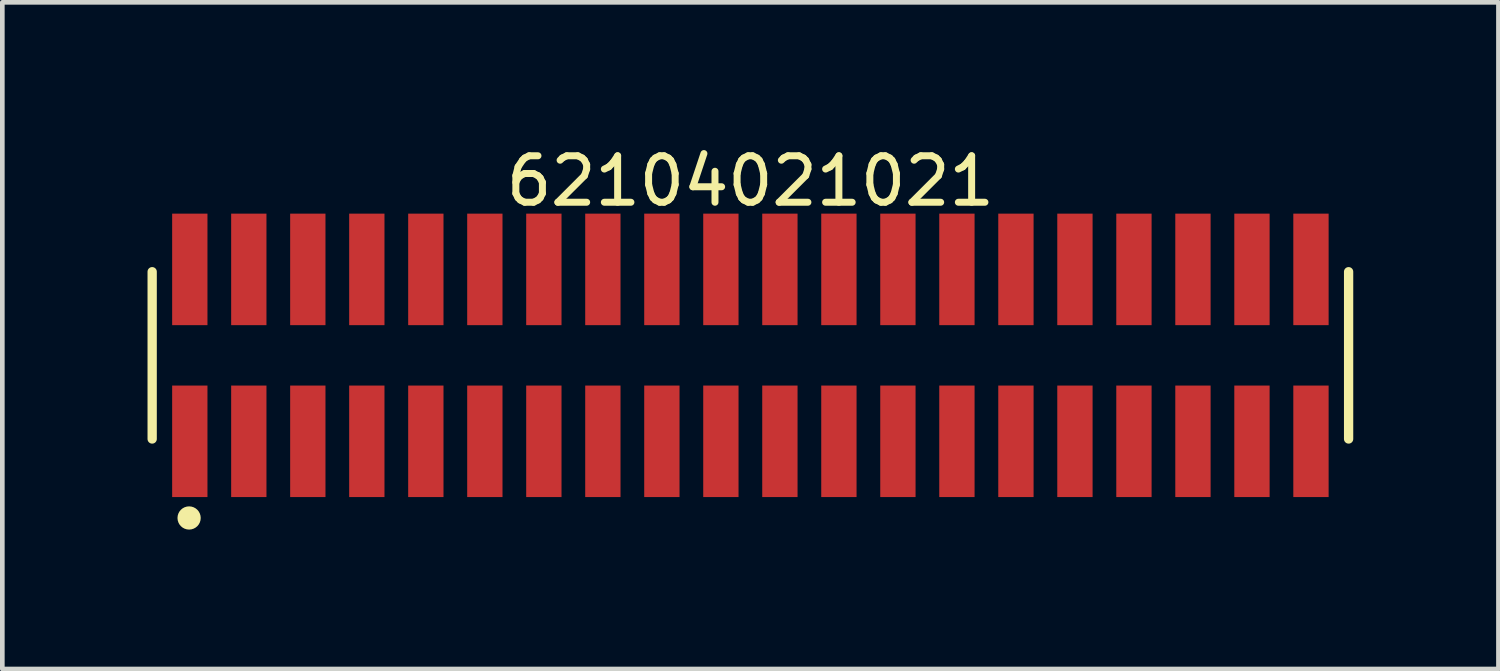
<source format=kicad_pcb>
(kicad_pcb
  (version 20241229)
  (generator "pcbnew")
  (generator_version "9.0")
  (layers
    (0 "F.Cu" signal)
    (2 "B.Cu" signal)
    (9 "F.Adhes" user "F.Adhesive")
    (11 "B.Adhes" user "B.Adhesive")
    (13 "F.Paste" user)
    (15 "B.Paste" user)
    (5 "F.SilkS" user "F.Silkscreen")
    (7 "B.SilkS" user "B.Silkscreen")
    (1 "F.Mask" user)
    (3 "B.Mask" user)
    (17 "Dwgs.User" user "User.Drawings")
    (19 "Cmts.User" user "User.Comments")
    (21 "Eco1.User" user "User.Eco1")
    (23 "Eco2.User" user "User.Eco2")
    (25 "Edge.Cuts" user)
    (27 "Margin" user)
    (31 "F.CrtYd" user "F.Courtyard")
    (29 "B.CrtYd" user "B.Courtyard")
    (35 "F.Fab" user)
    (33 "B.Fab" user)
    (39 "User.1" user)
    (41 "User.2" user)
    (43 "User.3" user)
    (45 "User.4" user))
  (footprint "62104021021"
    (layer "F.Cu")
    (at 13.1 4.598)
    (property "Reference" "62104021021" (at 0 -3.75 0) (layer "F.SilkS") (effects (font (size 1 1) (thickness 0.15))))
    (fp_line (start -12.875 1.8) (end -12.875 -1.8) (stroke (width 0.2) (type solid)) (layer "F.SilkS"))
    (fp_line (start 12.875 1.8) (end 12.875 -1.8) (stroke (width 0.2) (type solid)) (layer "F.SilkS"))
    (fp_circle (center -12.08 3.5) (end -12.08 3.375) (stroke (width 0.25) (type solid)) (fill no) (layer "F.SilkS"))
    (fp_line (start -13.075 -3.25) (end 13.075 -3.25) (stroke (width 0.05) (type solid)) (layer "Eco2.User"))
    (fp_line (start -13.075 3.25) (end -13.075 -3.25) (stroke (width 0.05) (type solid)) (layer "Eco2.User"))
    (fp_line (start -13.075 3.25) (end 13.075 3.25) (stroke (width 0.05) (type solid)) (layer "Eco2.User"))
    (fp_line (start -12.7 -1.7) (end 12.7 -1.7) (stroke (width 0.1) (type solid)) (layer "Eco2.User"))
    (fp_line (start -12.7 1.7) (end -12.7 -1.7) (stroke (width 0.1) (type solid)) (layer "Eco2.User"))
    (fp_line (start -12.7 1.7) (end 12.7 1.7) (stroke (width 0.1) (type solid)) (layer "Eco2.User"))
    (fp_line (start -12.265 -2.5) (end -11.865 -2.5) (stroke (width 0.1) (type solid)) (layer "Eco2.User"))
    (fp_line (start -12.265 -1.7) (end -12.265 -2.5) (stroke (width 0.1) (type solid)) (layer "Eco2.User"))
    (fp_line (start -12.265 2.5) (end -12.265 1.7) (stroke (width 0.1) (type solid)) (layer "Eco2.User"))
    (fp_line (start -12.265 2.5) (end -11.865 2.5) (stroke (width 0.1) (type solid)) (layer "Eco2.User"))
    (fp_line (start -11.865 -1.7) (end -11.865 -2.5) (stroke (width 0.1) (type solid)) (layer "Eco2.User"))
    (fp_line (start -11.865 2.5) (end -11.865 1.7) (stroke (width 0.1) (type solid)) (layer "Eco2.User"))
    (fp_line (start -10.995 -2.5) (end -10.595 -2.5) (stroke (width 0.1) (type solid)) (layer "Eco2.User"))
    (fp_line (start -10.995 -1.7) (end -10.995 -2.5) (stroke (width 0.1) (type solid)) (layer "Eco2.User"))
    (fp_line (start -10.995 2.5) (end -10.995 1.7) (stroke (width 0.1) (type solid)) (layer "Eco2.User"))
    (fp_line (start -10.995 2.5) (end -10.595 2.5) (stroke (width 0.1) (type solid)) (layer "Eco2.User"))
    (fp_line (start -10.595 -1.7) (end -10.595 -2.5) (stroke (width 0.1) (type solid)) (layer "Eco2.User"))
    (fp_line (start -10.595 2.5) (end -10.595 1.7) (stroke (width 0.1) (type solid)) (layer "Eco2.User"))
    (fp_line (start -9.725 -2.5) (end -9.325 -2.5) (stroke (width 0.1) (type solid)) (layer "Eco2.User"))
    (fp_line (start -9.725 -1.7) (end -9.725 -2.5) (stroke (width 0.1) (type solid)) (layer "Eco2.User"))
    (fp_line (start -9.725 2.5) (end -9.725 1.7) (stroke (width 0.1) (type solid)) (layer "Eco2.User"))
    (fp_line (start -9.725 2.5) (end -9.325 2.5) (stroke (width 0.1) (type solid)) (layer "Eco2.User"))
    (fp_line (start -9.325 -1.7) (end -9.325 -2.5) (stroke (width 0.1) (type solid)) (layer "Eco2.User"))
    (fp_line (start -9.325 2.5) (end -9.325 1.7) (stroke (width 0.1) (type solid)) (layer "Eco2.User"))
    (fp_line (start -8.455 -2.5) (end -8.055 -2.5) (stroke (width 0.1) (type solid)) (layer "Eco2.User"))
    (fp_line (start -8.455 -1.7) (end -8.455 -2.5) (stroke (width 0.1) (type solid)) (layer "Eco2.User"))
    (fp_line (start -8.455 2.5) (end -8.455 1.7) (stroke (width 0.1) (type solid)) (layer "Eco2.User"))
    (fp_line (start -8.455 2.5) (end -8.055 2.5) (stroke (width 0.1) (type solid)) (layer "Eco2.User"))
    (fp_line (start -8.055 -1.7) (end -8.055 -2.5) (stroke (width 0.1) (type solid)) (layer "Eco2.User"))
    (fp_line (start -8.055 2.5) (end -8.055 1.7) (stroke (width 0.1) (type solid)) (layer "Eco2.User"))
    (fp_line (start -7.185 -2.5) (end -6.785 -2.5) (stroke (width 0.1) (type solid)) (layer "Eco2.User"))
    (fp_line (start -7.185 -1.7) (end -7.185 -2.5) (stroke (width 0.1) (type solid)) (layer "Eco2.User"))
    (fp_line (start -7.185 2.5) (end -7.185 1.7) (stroke (width 0.1) (type solid)) (layer "Eco2.User"))
    (fp_line (start -7.185 2.5) (end -6.785 2.5) (stroke (width 0.1) (type solid)) (layer "Eco2.User"))
    (fp_line (start -6.785 -1.7) (end -6.785 -2.5) (stroke (width 0.1) (type solid)) (layer "Eco2.User"))
    (fp_line (start -6.785 2.5) (end -6.785 1.7) (stroke (width 0.1) (type solid)) (layer "Eco2.User"))
    (fp_line (start -5.915 -2.5) (end -5.515 -2.5) (stroke (width 0.1) (type solid)) (layer "Eco2.User"))
    (fp_line (start -5.915 -1.7) (end -5.915 -2.5) (stroke (width 0.1) (type solid)) (layer "Eco2.User"))
    (fp_line (start -5.915 2.5) (end -5.915 1.7) (stroke (width 0.1) (type solid)) (layer "Eco2.User"))
    (fp_line (start -5.915 2.5) (end -5.515 2.5) (stroke (width 0.1) (type solid)) (layer "Eco2.User"))
    (fp_line (start -5.515 -1.7) (end -5.515 -2.5) (stroke (width 0.1) (type solid)) (layer "Eco2.User"))
    (fp_line (start -5.515 2.5) (end -5.515 1.7) (stroke (width 0.1) (type solid)) (layer "Eco2.User"))
    (fp_line (start -4.645 -2.5) (end -4.245 -2.5) (stroke (width 0.1) (type solid)) (layer "Eco2.User"))
    (fp_line (start -4.645 -1.7) (end -4.645 -2.5) (stroke (width 0.1) (type solid)) (layer "Eco2.User"))
    (fp_line (start -4.645 2.5) (end -4.645 1.7) (stroke (width 0.1) (type solid)) (layer "Eco2.User"))
    (fp_line (start -4.645 2.5) (end -4.245 2.5) (stroke (width 0.1) (type solid)) (layer "Eco2.User"))
    (fp_line (start -4.245 -1.7) (end -4.245 -2.5) (stroke (width 0.1) (type solid)) (layer "Eco2.User"))
    (fp_line (start -4.245 2.5) (end -4.245 1.7) (stroke (width 0.1) (type solid)) (layer "Eco2.User"))
    (fp_line (start -3.375 -2.5) (end -2.975 -2.5) (stroke (width 0.1) (type solid)) (layer "Eco2.User"))
    (fp_line (start -3.375 -1.7) (end -3.375 -2.5) (stroke (width 0.1) (type solid)) (layer "Eco2.User"))
    (fp_line (start -3.375 2.5) (end -3.375 1.7) (stroke (width 0.1) (type solid)) (layer "Eco2.User"))
    (fp_line (start -3.375 2.5) (end -2.975 2.5) (stroke (width 0.1) (type solid)) (layer "Eco2.User"))
    (fp_line (start -2.975 -1.7) (end -2.975 -2.5) (stroke (width 0.1) (type solid)) (layer "Eco2.User"))
    (fp_line (start -2.975 2.5) (end -2.975 1.7) (stroke (width 0.1) (type solid)) (layer "Eco2.User"))
    (fp_line (start -2.105 -2.5) (end -1.705 -2.5) (stroke (width 0.1) (type solid)) (layer "Eco2.User"))
    (fp_line (start -2.105 -1.7) (end -2.105 -2.5) (stroke (width 0.1) (type solid)) (layer "Eco2.User"))
    (fp_line (start -2.105 2.5) (end -2.105 1.7) (stroke (width 0.1) (type solid)) (layer "Eco2.User"))
    (fp_line (start -2.105 2.5) (end -1.705 2.5) (stroke (width 0.1) (type solid)) (layer "Eco2.User"))
    (fp_line (start -1.705 -1.7) (end -1.705 -2.5) (stroke (width 0.1) (type solid)) (layer "Eco2.User"))
    (fp_line (start -1.705 2.5) (end -1.705 1.7) (stroke (width 0.1) (type solid)) (layer "Eco2.User"))
    (fp_line (start -0.835 -2.5) (end -0.435 -2.5) (stroke (width 0.1) (type solid)) (layer "Eco2.User"))
    (fp_line (start -0.835 -1.7) (end -0.835 -2.5) (stroke (width 0.1) (type solid)) (layer "Eco2.User"))
    (fp_line (start -0.835 2.5) (end -0.835 1.7) (stroke (width 0.1) (type solid)) (layer "Eco2.User"))
    (fp_line (start -0.835 2.5) (end -0.435 2.5) (stroke (width 0.1) (type solid)) (layer "Eco2.User"))
    (fp_line (start -0.5 0) (end 0.5 0) (stroke (width 0.05) (type solid)) (layer "Eco2.User"))
    (fp_line (start -0.435 -1.7) (end -0.435 -2.5) (stroke (width 0.1) (type solid)) (layer "Eco2.User"))
    (fp_line (start -0.435 2.5) (end -0.435 1.7) (stroke (width 0.1) (type solid)) (layer "Eco2.User"))
    (fp_line (start 0 0.5) (end 0 -0.5) (stroke (width 0.05) (type solid)) (layer "Eco2.User"))
    (fp_line (start 0.435 -2.5) (end 0.835 -2.5) (stroke (width 0.1) (type solid)) (layer "Eco2.User"))
    (fp_line (start 0.435 -1.7) (end 0.435 -2.5) (stroke (width 0.1) (type solid)) (layer "Eco2.User"))
    (fp_line (start 0.435 2.5) (end 0.435 1.7) (stroke (width 0.1) (type solid)) (layer "Eco2.User"))
    (fp_line (start 0.435 2.5) (end 0.835 2.5) (stroke (width 0.1) (type solid)) (layer "Eco2.User"))
    (fp_line (start 0.835 -1.7) (end 0.835 -2.5) (stroke (width 0.1) (type solid)) (layer "Eco2.User"))
    (fp_line (start 0.835 2.5) (end 0.835 1.7) (stroke (width 0.1) (type solid)) (layer "Eco2.User"))
    (fp_line (start 1.705 -2.5) (end 2.105 -2.5) (stroke (width 0.1) (type solid)) (layer "Eco2.User"))
    (fp_line (start 1.705 -1.7) (end 1.705 -2.5) (stroke (width 0.1) (type solid)) (layer "Eco2.User"))
    (fp_line (start 1.705 2.5) (end 1.705 1.7) (stroke (width 0.1) (type solid)) (layer "Eco2.User"))
    (fp_line (start 1.705 2.5) (end 2.105 2.5) (stroke (width 0.1) (type solid)) (layer "Eco2.User"))
    (fp_line (start 2.105 -1.7) (end 2.105 -2.5) (stroke (width 0.1) (type solid)) (layer "Eco2.User"))
    (fp_line (start 2.105 2.5) (end 2.105 1.7) (stroke (width 0.1) (type solid)) (layer "Eco2.User"))
    (fp_line (start 2.975 -2.5) (end 3.375 -2.5) (stroke (width 0.1) (type solid)) (layer "Eco2.User"))
    (fp_line (start 2.975 -1.7) (end 2.975 -2.5) (stroke (width 0.1) (type solid)) (layer "Eco2.User"))
    (fp_line (start 2.975 2.5) (end 2.975 1.7) (stroke (width 0.1) (type solid)) (layer "Eco2.User"))
    (fp_line (start 2.975 2.5) (end 3.375 2.5) (stroke (width 0.1) (type solid)) (layer "Eco2.User"))
    (fp_line (start 3.375 -1.7) (end 3.375 -2.5) (stroke (width 0.1) (type solid)) (layer "Eco2.User"))
    (fp_line (start 3.375 2.5) (end 3.375 1.7) (stroke (width 0.1) (type solid)) (layer "Eco2.User"))
    (fp_line (start 4.245 -2.5) (end 4.645 -2.5) (stroke (width 0.1) (type solid)) (layer "Eco2.User"))
    (fp_line (start 4.245 -1.7) (end 4.245 -2.5) (stroke (width 0.1) (type solid)) (layer "Eco2.User"))
    (fp_line (start 4.245 2.5) (end 4.245 1.7) (stroke (width 0.1) (type solid)) (layer "Eco2.User"))
    (fp_line (start 4.245 2.5) (end 4.645 2.5) (stroke (width 0.1) (type solid)) (layer "Eco2.User"))
    (fp_line (start 4.645 -1.7) (end 4.645 -2.5) (stroke (width 0.1) (type solid)) (layer "Eco2.User"))
    (fp_line (start 4.645 2.5) (end 4.645 1.7) (stroke (width 0.1) (type solid)) (layer "Eco2.User"))
    (fp_line (start 5.515 -2.5) (end 5.915 -2.5) (stroke (width 0.1) (type solid)) (layer "Eco2.User"))
    (fp_line (start 5.515 -1.7) (end 5.515 -2.5) (stroke (width 0.1) (type solid)) (layer "Eco2.User"))
    (fp_line (start 5.515 2.5) (end 5.515 1.7) (stroke (width 0.1) (type solid)) (layer "Eco2.User"))
    (fp_line (start 5.515 2.5) (end 5.915 2.5) (stroke (width 0.1) (type solid)) (layer "Eco2.User"))
    (fp_line (start 5.915 -1.7) (end 5.915 -2.5) (stroke (width 0.1) (type solid)) (layer "Eco2.User"))
    (fp_line (start 5.915 2.5) (end 5.915 1.7) (stroke (width 0.1) (type solid)) (layer "Eco2.User"))
    (fp_line (start 6.785 -2.5) (end 7.185 -2.5) (stroke (width 0.1) (type solid)) (layer "Eco2.User"))
    (fp_line (start 6.785 -1.7) (end 6.785 -2.5) (stroke (width 0.1) (type solid)) (layer "Eco2.User"))
    (fp_line (start 6.785 2.5) (end 6.785 1.7) (stroke (width 0.1) (type solid)) (layer "Eco2.User"))
    (fp_line (start 6.785 2.5) (end 7.185 2.5) (stroke (width 0.1) (type solid)) (layer "Eco2.User"))
    (fp_line (start 7.185 -1.7) (end 7.185 -2.5) (stroke (width 0.1) (type solid)) (layer "Eco2.User"))
    (fp_line (start 7.185 2.5) (end 7.185 1.7) (stroke (width 0.1) (type solid)) (layer "Eco2.User"))
    (fp_line (start 8.055 -2.5) (end 8.455 -2.5) (stroke (width 0.1) (type solid)) (layer "Eco2.User"))
    (fp_line (start 8.055 -1.7) (end 8.055 -2.5) (stroke (width 0.1) (type solid)) (layer "Eco2.User"))
    (fp_line (start 8.055 2.5) (end 8.055 1.7) (stroke (width 0.1) (type solid)) (layer "Eco2.User"))
    (fp_line (start 8.055 2.5) (end 8.455 2.5) (stroke (width 0.1) (type solid)) (layer "Eco2.User"))
    (fp_line (start 8.455 -1.7) (end 8.455 -2.5) (stroke (width 0.1) (type solid)) (layer "Eco2.User"))
    (fp_line (start 8.455 2.5) (end 8.455 1.7) (stroke (width 0.1) (type solid)) (layer "Eco2.User"))
    (fp_line (start 9.325 -2.5) (end 9.725 -2.5) (stroke (width 0.1) (type solid)) (layer "Eco2.User"))
    (fp_line (start 9.325 -1.7) (end 9.325 -2.5) (stroke (width 0.1) (type solid)) (layer "Eco2.User"))
    (fp_line (start 9.325 2.5) (end 9.325 1.7) (stroke (width 0.1) (type solid)) (layer "Eco2.User"))
    (fp_line (start 9.325 2.5) (end 9.725 2.5) (stroke (width 0.1) (type solid)) (layer "Eco2.User"))
    (fp_line (start 9.725 -1.7) (end 9.725 -2.5) (stroke (width 0.1) (type solid)) (layer "Eco2.User"))
    (fp_line (start 9.725 2.5) (end 9.725 1.7) (stroke (width 0.1) (type solid)) (layer "Eco2.User"))
    (fp_line (start 10.595 -2.5) (end 10.995 -2.5) (stroke (width 0.1) (type solid)) (layer "Eco2.User"))
    (fp_line (start 10.595 -1.7) (end 10.595 -2.5) (stroke (width 0.1) (type solid)) (layer "Eco2.User"))
    (fp_line (start 10.595 2.5) (end 10.595 1.7) (stroke (width 0.1) (type solid)) (layer "Eco2.User"))
    (fp_line (start 10.595 2.5) (end 10.995 2.5) (stroke (width 0.1) (type solid)) (layer "Eco2.User"))
    (fp_line (start 10.995 -1.7) (end 10.995 -2.5) (stroke (width 0.1) (type solid)) (layer "Eco2.User"))
    (fp_line (start 10.995 2.5) (end 10.995 1.7) (stroke (width 0.1) (type solid)) (layer "Eco2.User"))
    (fp_line (start 11.865 -2.5) (end 12.265 -2.5) (stroke (width 0.1) (type solid)) (layer "Eco2.User"))
    (fp_line (start 11.865 -1.7) (end 11.865 -2.5) (stroke (width 0.1) (type solid)) (layer "Eco2.User"))
    (fp_line (start 11.865 2.5) (end 11.865 1.7) (stroke (width 0.1) (type solid)) (layer "Eco2.User"))
    (fp_line (start 11.865 2.5) (end 12.265 2.5) (stroke (width 0.1) (type solid)) (layer "Eco2.User"))
    (fp_line (start 12.265 -1.7) (end 12.265 -2.5) (stroke (width 0.1) (type solid)) (layer "Eco2.User"))
    (fp_line (start 12.265 2.5) (end 12.265 1.7) (stroke (width 0.1) (type solid)) (layer "Eco2.User"))
    (fp_line (start 12.7 1.7) (end 12.7 -1.7) (stroke (width 0.1) (type solid)) (layer "Eco2.User"))
    (fp_line (start 13.075 3.25) (end 13.075 -3.25) (stroke (width 0.05) (type solid)) (layer "Eco2.User"))
    (fp_text user "${REFERENCE}" (at 0.07 -0.092 0) (unlocked yes) (layer "User.3") (effects (font (size 0.7 0.7) (thickness 0.07))))
    (pad "1" smd rect (at -12.065 1.85) (size 0.76 2.4) (layers "F.Cu" "F.Mask" "F.Paste"))
    (pad "2" smd rect (at -12.065 -1.85) (size 0.76 2.4) (layers "F.Cu" "F.Mask" "F.Paste"))
    (pad "3" smd rect (at -10.795 1.85) (size 0.76 2.4) (layers "F.Cu" "F.Mask" "F.Paste"))
    (pad "4" smd rect (at -10.795 -1.85) (size 0.76 2.4) (layers "F.Cu" "F.Mask" "F.Paste"))
    (pad "5" smd rect (at -9.525 1.85) (size 0.76 2.4) (layers "F.Cu" "F.Mask" "F.Paste"))
    (pad "6" smd rect (at -9.525 -1.85) (size 0.76 2.4) (layers "F.Cu" "F.Mask" "F.Paste"))
    (pad "7" smd rect (at -8.255 1.85) (size 0.76 2.4) (layers "F.Cu" "F.Mask" "F.Paste"))
    (pad "8" smd rect (at -8.255 -1.85) (size 0.76 2.4) (layers "F.Cu" "F.Mask" "F.Paste"))
    (pad "9" smd rect (at -6.985 1.85) (size 0.76 2.4) (layers "F.Cu" "F.Mask" "F.Paste"))
    (pad "10" smd rect (at -6.985 -1.85) (size 0.76 2.4) (layers "F.Cu" "F.Mask" "F.Paste"))
    (pad "11" smd rect (at -5.715 1.85) (size 0.76 2.4) (layers "F.Cu" "F.Mask" "F.Paste"))
    (pad "12" smd rect (at -5.715 -1.85) (size 0.76 2.4) (layers "F.Cu" "F.Mask" "F.Paste"))
    (pad "13" smd rect (at -4.445 1.85) (size 0.76 2.4) (layers "F.Cu" "F.Mask" "F.Paste"))
    (pad "14" smd rect (at -4.445 -1.85) (size 0.76 2.4) (layers "F.Cu" "F.Mask" "F.Paste"))
    (pad "15" smd rect (at -3.175 1.85) (size 0.76 2.4) (layers "F.Cu" "F.Mask" "F.Paste"))
    (pad "16" smd rect (at -3.175 -1.85) (size 0.76 2.4) (layers "F.Cu" "F.Mask" "F.Paste"))
    (pad "17" smd rect (at -1.905 1.85) (size 0.76 2.4) (layers "F.Cu" "F.Mask" "F.Paste"))
    (pad "18" smd rect (at -1.905 -1.85) (size 0.76 2.4) (layers "F.Cu" "F.Mask" "F.Paste"))
    (pad "19" smd rect (at -0.635 1.85) (size 0.76 2.4) (layers "F.Cu" "F.Mask" "F.Paste"))
    (pad "20" smd rect (at -0.635 -1.85) (size 0.76 2.4) (layers "F.Cu" "F.Mask" "F.Paste"))
    (pad "21" smd rect (at 0.635 1.85) (size 0.76 2.4) (layers "F.Cu" "F.Mask" "F.Paste"))
    (pad "22" smd rect (at 0.635 -1.85) (size 0.76 2.4) (layers "F.Cu" "F.Mask" "F.Paste"))
    (pad "23" smd rect (at 1.905 1.85) (size 0.76 2.4) (layers "F.Cu" "F.Mask" "F.Paste"))
    (pad "24" smd rect (at 1.905 -1.85) (size 0.76 2.4) (layers "F.Cu" "F.Mask" "F.Paste"))
    (pad "25" smd rect (at 3.175 1.85) (size 0.76 2.4) (layers "F.Cu" "F.Mask" "F.Paste"))
    (pad "26" smd rect (at 3.175 -1.85) (size 0.76 2.4) (layers "F.Cu" "F.Mask" "F.Paste"))
    (pad "27" smd rect (at 4.445 1.85) (size 0.76 2.4) (layers "F.Cu" "F.Mask" "F.Paste"))
    (pad "28" smd rect (at 4.445 -1.85) (size 0.76 2.4) (layers "F.Cu" "F.Mask" "F.Paste"))
    (pad "29" smd rect (at 5.715 1.85) (size 0.76 2.4) (layers "F.Cu" "F.Mask" "F.Paste"))
    (pad "30" smd rect (at 5.715 -1.85) (size 0.76 2.4) (layers "F.Cu" "F.Mask" "F.Paste"))
    (pad "31" smd rect (at 6.985 1.85) (size 0.76 2.4) (layers "F.Cu" "F.Mask" "F.Paste"))
    (pad "32" smd rect (at 6.985 -1.85) (size 0.76 2.4) (layers "F.Cu" "F.Mask" "F.Paste"))
    (pad "33" smd rect (at 8.255 1.85) (size 0.76 2.4) (layers "F.Cu" "F.Mask" "F.Paste"))
    (pad "34" smd rect (at 8.255 -1.85) (size 0.76 2.4) (layers "F.Cu" "F.Mask" "F.Paste"))
    (pad "35" smd rect (at 9.525 1.85) (size 0.76 2.4) (layers "F.Cu" "F.Mask" "F.Paste"))
    (pad "36" smd rect (at 9.525 -1.85) (size 0.76 2.4) (layers "F.Cu" "F.Mask" "F.Paste"))
    (pad "37" smd rect (at 10.795 1.85) (size 0.76 2.4) (layers "F.Cu" "F.Mask" "F.Paste"))
    (pad "38" smd rect (at 10.795 -1.85) (size 0.76 2.4) (layers "F.Cu" "F.Mask" "F.Paste"))
    (pad "39" smd rect (at 12.065 1.85) (size 0.76 2.4) (layers "F.Cu" "F.Mask" "F.Paste"))
    (pad "40" smd rect (at 12.065 -1.85) (size 0.76 2.4) (layers "F.Cu" "F.Mask" "F.Paste")))
  (gr_rect
    (start -3 -3)
    (end 29.2 11.348)
    (stroke (width 0.1) (type default))
    (fill no)
    (layer "Edge.Cuts")))
</source>
